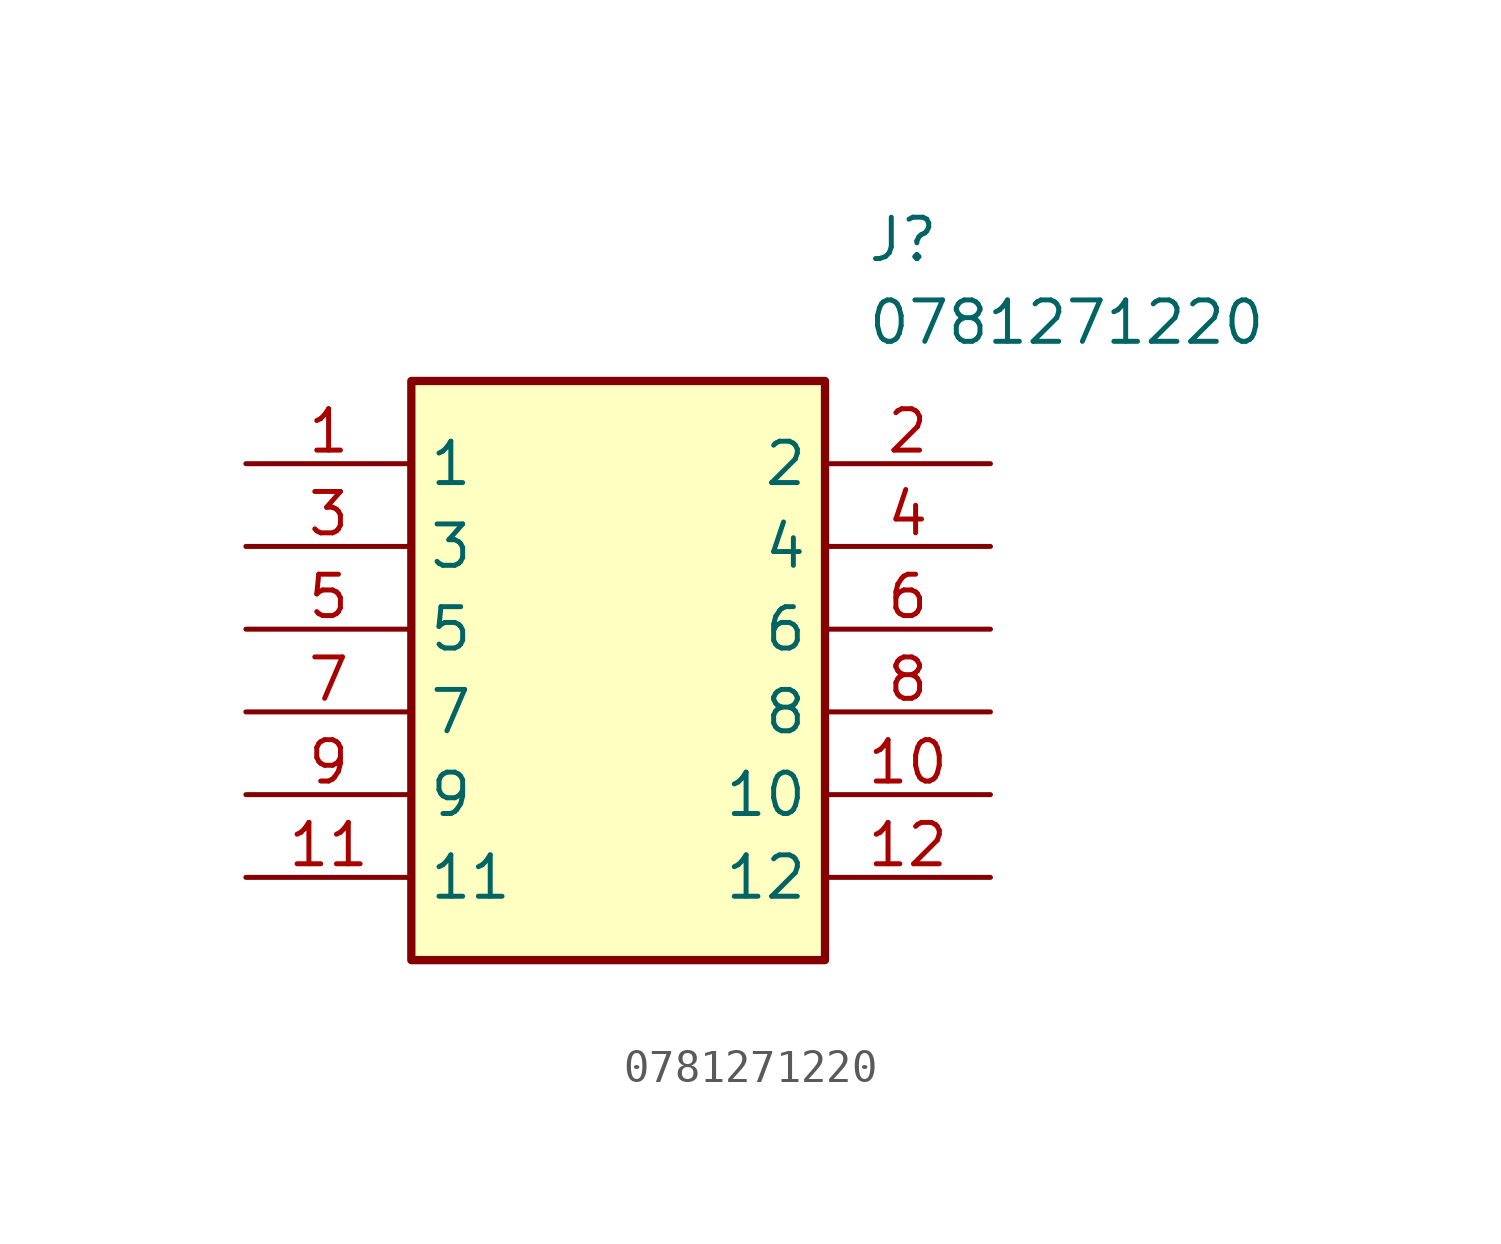
<source format=kicad_sym>
(kicad_symbol_lib
  (version 20211014)
  (generator SamacSys_ECAD_Model)
  (symbol "0781271220"
    (property "Reference" "J"
      (at 19.05 7.62 0)
      (effects (font (size 1.27 1.27)) (justify left top)))
    (property "Value" "0781271220"
      (at 19.05 5.08 0)
      (effects (font (size 1.27 1.27)) (justify left top)))
    (rectangle
      (start 5.08 2.54)
      (end 17.78 -15.24)
      (stroke (width 0.254) (type default))
      (fill (type background)))
    (pin passive line
      (at 0 0 0)
      (length 5.08)
      (name "1" (effects (font (size 1.27 1.27))))
      (number "1" (effects (font (size 1.27 1.27)))))
    (pin passive line
      (at 22.86 0 180)
      (length 5.08)
      (name "2" (effects (font (size 1.27 1.27))))
      (number "2" (effects (font (size 1.27 1.27)))))
    (pin passive line
      (at 0 -2.54 0)
      (length 5.08)
      (name "3" (effects (font (size 1.27 1.27))))
      (number "3" (effects (font (size 1.27 1.27)))))
    (pin passive line
      (at 22.86 -2.54 180)
      (length 5.08)
      (name "4" (effects (font (size 1.27 1.27))))
      (number "4" (effects (font (size 1.27 1.27)))))
    (pin passive line
      (at 0 -5.08 0)
      (length 5.08)
      (name "5" (effects (font (size 1.27 1.27))))
      (number "5" (effects (font (size 1.27 1.27)))))
    (pin passive line
      (at 22.86 -5.08 180)
      (length 5.08)
      (name "6" (effects (font (size 1.27 1.27))))
      (number "6" (effects (font (size 1.27 1.27)))))
    (pin passive line
      (at 0 -7.62 0)
      (length 5.08)
      (name "7" (effects (font (size 1.27 1.27))))
      (number "7" (effects (font (size 1.27 1.27)))))
    (pin passive line
      (at 22.86 -7.62 180)
      (length 5.08)
      (name "8" (effects (font (size 1.27 1.27))))
      (number "8" (effects (font (size 1.27 1.27)))))
    (pin passive line
      (at 0 -10.16 0)
      (length 5.08)
      (name "9" (effects (font (size 1.27 1.27))))
      (number "9" (effects (font (size 1.27 1.27)))))
    (pin passive line
      (at 22.86 -10.16 180)
      (length 5.08)
      (name "10" (effects (font (size 1.27 1.27))))
      (number "10" (effects (font (size 1.27 1.27)))))
    (pin passive line
      (at 0 -12.7 0)
      (length 5.08)
      (name "11" (effects (font (size 1.27 1.27))))
      (number "11" (effects (font (size 1.27 1.27)))))
    (pin passive line
      (at 22.86 -12.7 180)
      (length 5.08)
      (name "12" (effects (font (size 1.27 1.27))))
      (number "12" (effects (font (size 1.27 1.27)))))))
</source>
